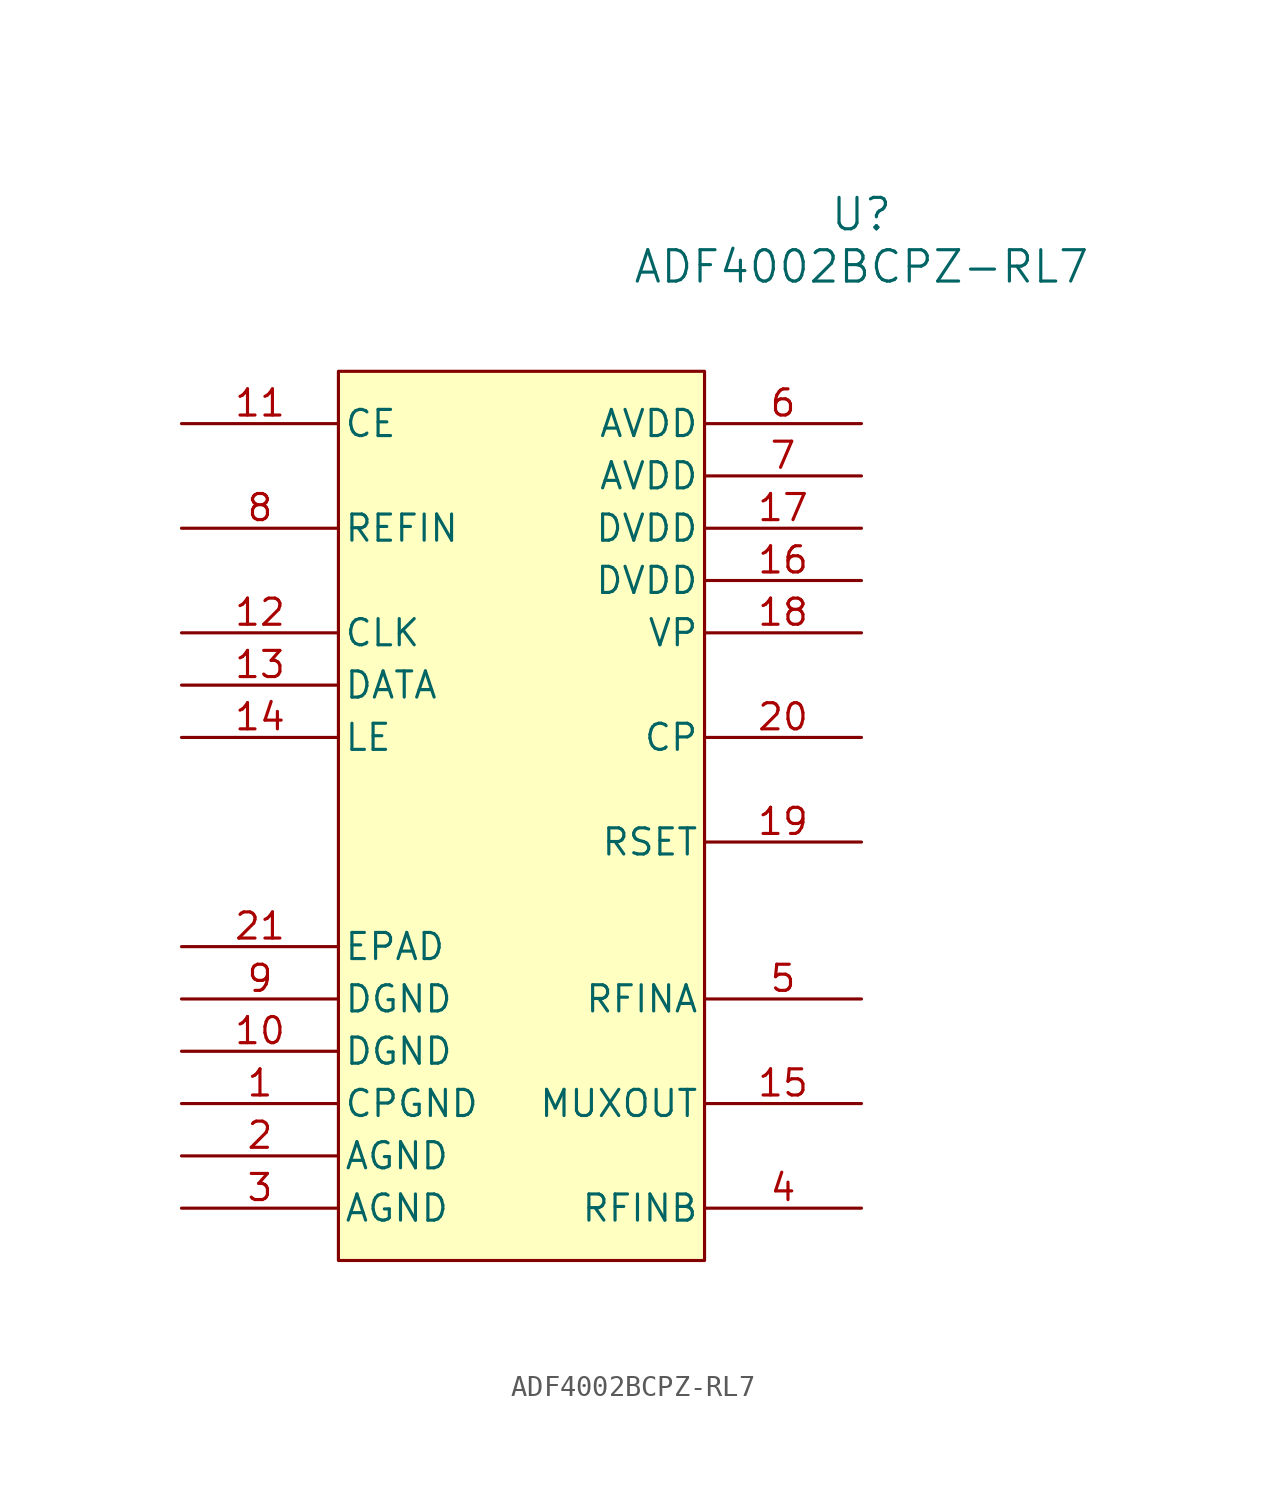
<source format=kicad_sym>
(kicad_symbol_lib
  (version 20231120)
  (generator "kicad_symbol_editor")
  (generator_version "8.0")
  (symbol "ADF4002BCPZ-RL7"
    (pin_names
      (offset 0.254))
    (property "Reference" "U"
      (at 33.02 10.16 0)
      (effects (font (size 1.524 1.524))))
    (property "Value" "ADF4002BCPZ-RL7"
      (at 33.02 7.62 0)
      (effects (font (size 1.524 1.524))))
    (property "ki_locked" ""
      (at 0 0 0)
      (effects (font (size 1.27 1.27))))
    (symbol "ADF4002BCPZ-RL7_0_1"
      (pin power_in line (at 0 -33.02 0) (length 7.62) (name "CPGND" (effects (font (size 1.27 1.27)))) (number "1" (effects (font (size 1.27 1.27)))))
      (pin power_in line (at 0 -30.48 0) (length 7.62) (name "DGND" (effects (font (size 1.27 1.27)))) (number "10" (effects (font (size 1.27 1.27)))))
      (pin output line (at 0 0 0) (length 7.62) (name "CE" (effects (font (size 1.27 1.27)))) (number "11" (effects (font (size 1.27 1.27)))))
      (pin input line (at 0 -10.16 0) (length 7.62) (name "CLK" (effects (font (size 1.27 1.27)))) (number "12" (effects (font (size 1.27 1.27)))))
      (pin input line (at 0 -12.7 0) (length 7.62) (name "DATA" (effects (font (size 1.27 1.27)))) (number "13" (effects (font (size 1.27 1.27)))))
      (pin input line (at 0 -15.24 0) (length 7.62) (name "LE" (effects (font (size 1.27 1.27)))) (number "14" (effects (font (size 1.27 1.27)))))
      (pin output line (at 33.02 -33.02 180) (length 7.62) (name "MUXOUT" (effects (font (size 1.27 1.27)))) (number "15" (effects (font (size 1.27 1.27)))))
      (pin power_in line (at 33.02 -7.62 180) (length 7.62) (name "DVDD" (effects (font (size 1.27 1.27)))) (number "16" (effects (font (size 1.27 1.27)))))
      (pin power_in line (at 33.02 -5.08 180) (length 7.62) (name "DVDD" (effects (font (size 1.27 1.27)))) (number "17" (effects (font (size 1.27 1.27)))))
      (pin unspecified line (at 33.02 -10.16 180) (length 7.62) (name "VP" (effects (font (size 1.27 1.27)))) (number "18" (effects (font (size 1.27 1.27)))))
      (pin unspecified line (at 33.02 -20.32 180) (length 7.62) (name "RSET" (effects (font (size 1.27 1.27)))) (number "19" (effects (font (size 1.27 1.27)))))
      (pin power_in line (at 0 -35.56 0) (length 7.62) (name "AGND" (effects (font (size 1.27 1.27)))) (number "2" (effects (font (size 1.27 1.27)))))
      (pin output line (at 33.02 -15.24 180) (length 7.62) (name "CP" (effects (font (size 1.27 1.27)))) (number "20" (effects (font (size 1.27 1.27)))))
      (pin unspecified line (at 0 -25.4 0) (length 7.62) (name "EPAD" (effects (font (size 1.27 1.27)))) (number "21" (effects (font (size 1.27 1.27)))))
      (pin power_in line (at 0 -38.1 0) (length 7.62) (name "AGND" (effects (font (size 1.27 1.27)))) (number "3" (effects (font (size 1.27 1.27)))))
      (pin input line (at 33.02 -38.1 180) (length 7.62) (name "RFINB" (effects (font (size 1.27 1.27)))) (number "4" (effects (font (size 1.27 1.27)))))
      (pin input line (at 33.02 -27.94 180) (length 7.62) (name "RFINA" (effects (font (size 1.27 1.27)))) (number "5" (effects (font (size 1.27 1.27)))))
      (pin power_in line (at 33.02 0 180) (length 7.62) (name "AVDD" (effects (font (size 1.27 1.27)))) (number "6" (effects (font (size 1.27 1.27)))))
      (pin power_in line (at 33.02 -2.54 180) (length 7.62) (name "AVDD" (effects (font (size 1.27 1.27)))) (number "7" (effects (font (size 1.27 1.27)))))
      (pin input line (at 0 -5.08 0) (length 7.62) (name "REFIN" (effects (font (size 1.27 1.27)))) (number "8" (effects (font (size 1.27 1.27)))))
      (pin power_in line (at 0 -27.94 0) (length 7.62) (name "DGND" (effects (font (size 1.27 1.27)))) (number "9" (effects (font (size 1.27 1.27))))))
    (symbol "ADF4002BCPZ-RL7_1_1"
      (rectangle (start 7.62 2.54) (end 25.4 -40.64) (stroke (width 0) (type default)) (fill (type background))))))
</source>
